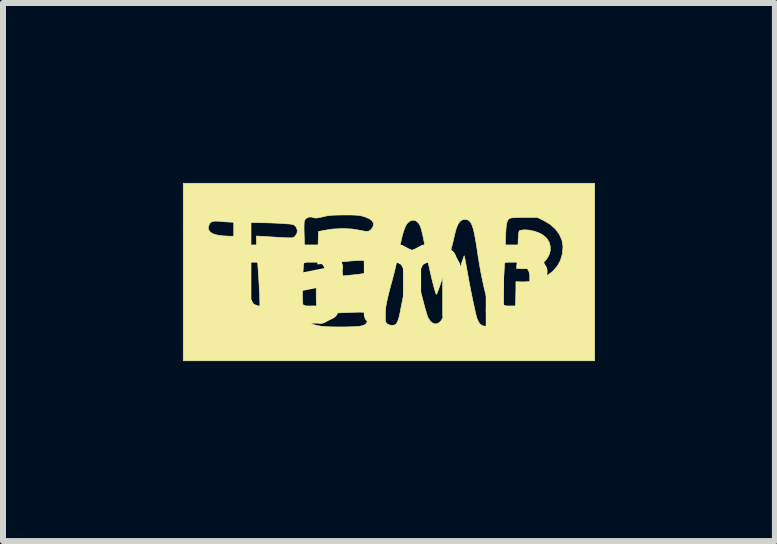
<source format=kicad_pcb>
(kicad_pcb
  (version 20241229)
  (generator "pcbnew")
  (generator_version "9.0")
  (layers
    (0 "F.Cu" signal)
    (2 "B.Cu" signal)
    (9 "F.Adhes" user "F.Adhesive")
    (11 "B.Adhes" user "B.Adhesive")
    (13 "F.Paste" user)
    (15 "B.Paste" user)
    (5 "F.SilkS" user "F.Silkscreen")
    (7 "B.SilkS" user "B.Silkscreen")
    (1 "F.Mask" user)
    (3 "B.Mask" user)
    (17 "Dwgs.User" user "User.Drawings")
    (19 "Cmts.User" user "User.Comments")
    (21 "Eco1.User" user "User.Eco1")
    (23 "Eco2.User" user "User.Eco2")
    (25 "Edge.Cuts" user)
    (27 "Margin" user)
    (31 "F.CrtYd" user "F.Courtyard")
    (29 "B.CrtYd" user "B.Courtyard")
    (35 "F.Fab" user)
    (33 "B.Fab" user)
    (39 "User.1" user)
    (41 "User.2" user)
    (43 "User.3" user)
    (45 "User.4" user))
  (footprint "temp"
    (layer "F.Cu")
    (at 3.421 1.505)
    (property "Reference" "temp" (at 0 0 0) (layer "F.SilkS") (effects (font (size 1.524 1.524) (thickness 0.3))))
    (attr through_hole)
    (fp_poly (pts (xy 2.354 -0.718) (xy 2.44 -0.699) (xy 2.521 -0.67) (xy 2.576 -0.641) (xy 2.641 -0.586) (xy 2.683 -0.521) (xy 2.703 -0.45) (xy 2.703 -0.376) (xy 2.682 -0.302) (xy 2.642 -0.234) (xy 2.583 -0.173) (xy 2.506 -0.124) (xy 2.467 -0.107) (xy 2.396 -0.087) (xy 2.312 -0.076) (xy 2.229 -0.074) (xy 2.192 -0.076) (xy 2.14 -0.082) (xy 2.148 -0.165) (xy 2.151 -0.207) (xy 2.155 -0.269) (xy 2.159 -0.344) (xy 2.163 -0.426) (xy 2.165 -0.478) (xy 2.168 -0.561) (xy 2.172 -0.622) (xy 2.175 -0.664) (xy 2.18 -0.69) (xy 2.186 -0.705) (xy 2.194 -0.712) (xy 2.202 -0.715) (xy 2.272 -0.724) (xy 2.354 -0.718)) (stroke (width 0.01) (type solid)) (fill yes) (layer "F.SilkS"))
    (fp_poly (pts (xy 3.443 1.46) (xy -3.416 1.46) (xy -3.416 -0.767) (xy -2.999 -0.767) (xy -2.994 -0.725) (xy -2.965 -0.685) (xy -2.964 -0.684) (xy -2.92 -0.657) (xy -2.851 -0.637) (xy -2.757 -0.623) (xy -2.637 -0.617) (xy -2.578 -0.616) (xy -2.508 -0.615) (xy -2.463 -0.612) (xy -2.438 -0.605) (xy -2.433 -0.599) (xy -2.43 -0.581) (xy -2.426 -0.541) (xy -2.422 -0.483) (xy -2.417 -0.413) (xy -2.412 -0.348) (xy -2.406 -0.253) (xy -2.399 -0.149) (xy -2.392 -0.047) (xy -2.386 0.043) (xy -2.384 0.074) (xy -2.379 0.154) (xy -2.375 0.251) (xy -2.371 0.355) (xy -2.368 0.457) (xy -2.367 0.507) (xy -2.366 0.594) (xy -2.364 0.658) (xy -2.362 0.704) (xy -2.358 0.734) (xy -2.353 0.754) (xy -2.345 0.767) (xy -2.335 0.777) (xy -2.332 0.779) (xy -2.287 0.8) (xy -2.238 0.801) (xy -2.194 0.781) (xy -2.186 0.772) (xy -2.161 0.737) (xy -2.143 0.695) (xy -2.139 0.665) (xy -2.137 0.611) (xy -2.138 0.534) (xy -2.14 0.437) (xy -2.145 0.323) (xy -2.147 0.291) (xy -1.428 0.291) (xy -1.427 0.388) (xy -1.425 0.472) (xy -1.421 0.537) (xy -1.42 0.548) (xy -1.402 0.644) (xy -1.374 0.726) (xy -1.338 0.79) (xy -1.296 0.831) (xy -1.29 0.834) (xy -1.246 0.855) (xy -1.19 0.871) (xy -1.121 0.883) (xy -1.034 0.891) (xy -0.927 0.895) (xy -0.817 0.896) (xy -0.73 0.896) (xy -0.646 0.894) (xy -0.572 0.892) (xy -0.514 0.888) (xy -0.477 0.885) (xy -0.43 0.874) (xy -0.392 0.86) (xy -0.375 0.85) (xy -0.351 0.814) (xy -0.343 0.767) (xy -0.348 0.718) (xy -0.358 0.694) (xy -0.046 0.694) (xy -0.046 0.754) (xy -0.044 0.793) (xy -0.038 0.817) (xy -0.028 0.833) (xy -0.015 0.845) (xy 0.03 0.866) (xy 0.082 0.869) (xy 0.12 0.858) (xy 0.141 0.837) (xy 0.161 0.797) (xy 0.181 0.736) (xy 0.2 0.652) (xy 0.215 0.57) (xy 0.228 0.504) (xy 0.246 0.419) (xy 0.267 0.324) (xy 0.289 0.227) (xy 0.308 0.148) (xy 0.329 0.061) (xy 0.349 -0.023) (xy 0.367 -0.098) (xy 0.381 -0.159) (xy 0.39 -0.2) (xy 0.39 -0.201) (xy 0.399 -0.24) (xy 0.407 -0.262) (xy 0.412 -0.262) (xy 0.412 -0.261) (xy 0.426 -0.191) (xy 0.444 -0.105) (xy 0.466 -0.008) (xy 0.491 0.096) (xy 0.517 0.204) (xy 0.544 0.312) (xy 0.571 0.415) (xy 0.596 0.512) (xy 0.619 0.597) (xy 0.64 0.666) (xy 0.656 0.717) (xy 0.666 0.744) (xy 0.704 0.801) (xy 0.748 0.836) (xy 0.794 0.846) (xy 0.84 0.831) (xy 0.866 0.81) (xy 0.88 0.794) (xy 0.894 0.775) (xy 0.908 0.749) (xy 0.925 0.714) (xy 0.943 0.668) (xy 0.965 0.609) (xy 0.992 0.534) (xy 1.023 0.441) (xy 1.061 0.328) (xy 1.106 0.191) (xy 1.112 0.171) (xy 1.147 0.065) (xy 1.179 -0.032) (xy 1.208 -0.118) (xy 1.232 -0.189) (xy 1.251 -0.243) (xy 1.263 -0.278) (xy 1.269 -0.29) (xy 1.269 -0.29) (xy 1.272 -0.276) (xy 1.28 -0.24) (xy 1.29 -0.185) (xy 1.303 -0.117) (xy 1.317 -0.038) (xy 1.319 -0.026) (xy 1.341 0.095) (xy 1.364 0.216) (xy 1.387 0.335) (xy 1.41 0.446) (xy 1.432 0.547) (xy 1.451 0.634) (xy 1.467 0.702) (xy 1.48 0.748) (xy 1.481 0.752) (xy 1.501 0.798) (xy 1.525 0.839) (xy 1.534 0.849) (xy 1.577 0.878) (xy 1.627 0.884) (xy 1.675 0.868) (xy 1.695 0.851) (xy 1.711 0.833) (xy 1.721 0.811) (xy 1.726 0.784) (xy 1.724 0.747) (xy 1.715 0.696) (xy 1.7 0.629) (xy 1.677 0.542) (xy 1.662 0.485) (xy 1.662 0.484) (xy 1.916 0.484) (xy 1.916 0.575) (xy 1.917 0.643) (xy 1.918 0.692) (xy 1.921 0.726) (xy 1.926 0.75) (xy 1.933 0.766) (xy 1.942 0.78) (xy 1.943 0.782) (xy 1.98 0.809) (xy 2.025 0.818) (xy 2.069 0.807) (xy 2.088 0.793) (xy 2.098 0.779) (xy 2.105 0.757) (xy 2.111 0.724) (xy 2.116 0.674) (xy 2.12 0.604) (xy 2.121 0.575) (xy 2.124 0.492) (xy 2.127 0.407) (xy 2.129 0.328) (xy 2.13 0.266) (xy 2.13 0.261) (xy 2.13 0.141) (xy 2.247 0.145) (xy 2.385 0.139) (xy 2.511 0.111) (xy 2.625 0.058) (xy 2.729 -0.019) (xy 2.749 -0.037) (xy 2.821 -0.12) (xy 2.872 -0.211) (xy 2.903 -0.316) (xy 2.907 -0.334) (xy 2.915 -0.446) (xy 2.897 -0.552) (xy 2.854 -0.649) (xy 2.788 -0.738) (xy 2.699 -0.816) (xy 2.589 -0.881) (xy 2.586 -0.883) (xy 2.485 -0.931) (xy 2.284 -0.931) (xy 2.21 -0.93) (xy 2.144 -0.928) (xy 2.09 -0.926) (xy 2.054 -0.922) (xy 2.047 -0.921) (xy 2.024 -0.912) (xy 2.005 -0.899) (xy 1.991 -0.877) (xy 1.98 -0.845) (xy 1.971 -0.799) (xy 1.965 -0.736) (xy 1.96 -0.653) (xy 1.956 -0.548) (xy 1.954 -0.496) (xy 1.95 -0.39) (xy 1.946 -0.28) (xy 1.941 -0.173) (xy 1.936 -0.076) (xy 1.932 0.004) (xy 1.93 0.027) (xy 1.925 0.107) (xy 1.921 0.204) (xy 1.918 0.31) (xy 1.916 0.415) (xy 1.916 0.484) (xy 1.662 0.484) (xy 1.627 0.354) (xy 1.598 0.232) (xy 1.571 0.112) (xy 1.546 -0.012) (xy 1.523 -0.145) (xy 1.498 -0.295) (xy 1.481 -0.412) (xy 1.46 -0.542) (xy 1.441 -0.647) (xy 1.422 -0.731) (xy 1.402 -0.794) (xy 1.38 -0.84) (xy 1.355 -0.871) (xy 1.327 -0.889) (xy 1.293 -0.897) (xy 1.278 -0.898) (xy 1.234 -0.889) (xy 1.195 -0.861) (xy 1.163 -0.812) (xy 1.134 -0.741) (xy 1.109 -0.645) (xy 1.098 -0.596) (xy 1.086 -0.542) (xy 1.068 -0.471) (xy 1.046 -0.387) (xy 1.019 -0.294) (xy 0.99 -0.196) (xy 0.96 -0.096) (xy 0.929 0.002) (xy 0.9 0.095) (xy 0.872 0.179) (xy 0.847 0.251) (xy 0.827 0.306) (xy 0.812 0.341) (xy 0.805 0.352) (xy 0.798 0.344) (xy 0.787 0.312) (xy 0.772 0.262) (xy 0.754 0.195) (xy 0.734 0.115) (xy 0.713 0.026) (xy 0.691 -0.069) (xy 0.67 -0.167) (xy 0.649 -0.265) (xy 0.631 -0.358) (xy 0.622 -0.402) (xy 0.601 -0.517) (xy 0.583 -0.609) (xy 0.566 -0.682) (xy 0.552 -0.737) (xy 0.538 -0.779) (xy 0.523 -0.811) (xy 0.507 -0.836) (xy 0.5 -0.844) (xy 0.458 -0.877) (xy 0.41 -0.885) (xy 0.36 -0.867) (xy 0.335 -0.847) (xy 0.307 -0.815) (xy 0.282 -0.767) (xy 0.258 -0.701) (xy 0.233 -0.615) (xy 0.209 -0.507) (xy 0.187 -0.395) (xy 0.169 -0.304) (xy 0.145 -0.197) (xy 0.119 -0.084) (xy 0.092 0.025) (xy 0.074 0.094) (xy 0.04 0.218) (xy 0.013 0.321) (xy -0.007 0.405) (xy -0.023 0.475) (xy -0.034 0.533) (xy -0.041 0.585) (xy -0.045 0.633) (xy -0.046 0.682) (xy -0.046 0.694) (xy -0.358 0.694) (xy -0.366 0.677) (xy -0.39 0.656) (xy -0.413 0.651) (xy -0.464 0.649) (xy -0.54 0.65) (xy -0.643 0.654) (xy -0.72 0.657) (xy -0.812 0.661) (xy -0.898 0.663) (xy -0.975 0.665) (xy -1.037 0.665) (xy -1.079 0.664) (xy -1.089 0.663) (xy -1.124 0.656) (xy -1.151 0.646) (xy -1.171 0.629) (xy -1.184 0.602) (xy -1.192 0.56) (xy -1.197 0.502) (xy -1.199 0.422) (xy -1.199 0.34) (xy -1.199 0.262) (xy -1.198 0.193) (xy -1.196 0.139) (xy -1.194 0.103) (xy -1.192 0.089) (xy -1.178 0.087) (xy -1.14 0.082) (xy -1.082 0.076) (xy -1.008 0.068) (xy -0.92 0.06) (xy -0.822 0.051) (xy -0.791 0.048) (xy -0.661 0.036) (xy -0.556 0.025) (xy -0.475 0.016) (xy -0.417 0.007) (xy -0.381 -0.001) (xy -0.366 -0.007) (xy -0.34 -0.038) (xy -0.328 -0.082) (xy -0.33 -0.129) (xy -0.346 -0.172) (xy -0.374 -0.202) (xy -0.382 -0.206) (xy -0.403 -0.211) (xy -0.435 -0.213) (xy -0.481 -0.213) (xy -0.543 -0.21) (xy -0.625 -0.204) (xy -0.728 -0.194) (xy -0.855 -0.182) (xy -0.857 -0.182) (xy -0.946 -0.173) (xy -1.025 -0.166) (xy -1.091 -0.16) (xy -1.14 -0.155) (xy -1.168 -0.153) (xy -1.174 -0.152) (xy -1.174 -0.166) (xy -1.173 -0.202) (xy -1.172 -0.256) (xy -1.171 -0.326) (xy -1.169 -0.406) (xy -1.169 -0.425) (xy -1.162 -0.695) (xy -1.096 -0.709) (xy -0.929 -0.736) (xy -0.761 -0.745) (xy -0.599 -0.737) (xy -0.471 -0.716) (xy -0.404 -0.702) (xy -0.356 -0.697) (xy -0.322 -0.702) (xy -0.295 -0.718) (xy -0.276 -0.738) (xy -0.247 -0.787) (xy -0.244 -0.832) (xy -0.267 -0.873) (xy -0.315 -0.909) (xy -0.389 -0.94) (xy -0.393 -0.941) (xy -0.431 -0.952) (xy -0.467 -0.96) (xy -0.508 -0.966) (xy -0.557 -0.969) (xy -0.621 -0.971) (xy -0.704 -0.971) (xy -0.73 -0.971) (xy -0.824 -0.97) (xy -0.897 -0.968) (xy -0.955 -0.965) (xy -1.004 -0.959) (xy -1.051 -0.95) (xy -1.089 -0.941) (xy -1.155 -0.926) (xy -1.2 -0.92) (xy -1.227 -0.922) (xy -1.233 -0.924) (xy -1.281 -0.938) (xy -1.33 -0.934) (xy -1.371 -0.912) (xy -1.378 -0.903) (xy -1.387 -0.89) (xy -1.394 -0.876) (xy -1.399 -0.856) (xy -1.401 -0.826) (xy -1.402 -0.783) (xy -1.402 -0.723) (xy -1.4 -0.642) (xy -1.398 -0.585) (xy -1.397 -0.483) (xy -1.397 -0.385) (xy -1.398 -0.298) (xy -1.402 -0.228) (xy -1.405 -0.188) (xy -1.413 -0.113) (xy -1.419 -0.022) (xy -1.423 0.08) (xy -1.426 0.186) (xy -1.428 0.291) (xy -2.147 0.291) (xy -2.151 0.194) (xy -2.16 0.052) (xy -2.17 -0.101) (xy -2.177 -0.208) (xy -2.183 -0.295) (xy -2.189 -0.378) (xy -2.193 -0.452) (xy -2.196 -0.51) (xy -2.197 -0.547) (xy -2.197 -0.548) (xy -2.197 -0.62) (xy -2.046 -0.612) (xy -1.923 -0.604) (xy -1.824 -0.598) (xy -1.746 -0.594) (xy -1.686 -0.591) (xy -1.642 -0.59) (xy -1.611 -0.591) (xy -1.589 -0.593) (xy -1.575 -0.597) (xy -1.566 -0.603) (xy -1.558 -0.611) (xy -1.549 -0.62) (xy -1.52 -0.666) (xy -1.514 -0.718) (xy -1.533 -0.768) (xy -1.544 -0.783) (xy -1.557 -0.796) (xy -1.572 -0.806) (xy -1.594 -0.813) (xy -1.627 -0.819) (xy -1.677 -0.823) (xy -1.747 -0.828) (xy -1.775 -0.83) (xy -1.851 -0.834) (xy -1.946 -0.838) (xy -2.052 -0.841) (xy -2.162 -0.843) (xy -2.269 -0.844) (xy -2.29 -0.844) (xy -2.39 -0.845) (xy -2.49 -0.847) (xy -2.584 -0.85) (xy -2.666 -0.854) (xy -2.729 -0.858) (xy -2.746 -0.86) (xy -2.826 -0.867) (xy -2.885 -0.869) (xy -2.927 -0.863) (xy -2.955 -0.85) (xy -2.974 -0.828) (xy -2.981 -0.818) (xy -2.999 -0.767) (xy -3.416 -0.767) (xy -3.416 -1.5) (xy 3.443 -1.5) (xy 3.443 1.46)) (stroke (width 0.01) (type solid)) (fill yes) (layer "F.SilkS")))
  (gr_rect
    (start -3 -3)
    (end 9.869 5.971)
    (stroke (width 0.1) (type default))
    (fill no)
    (layer "Edge.Cuts")))
</source>
